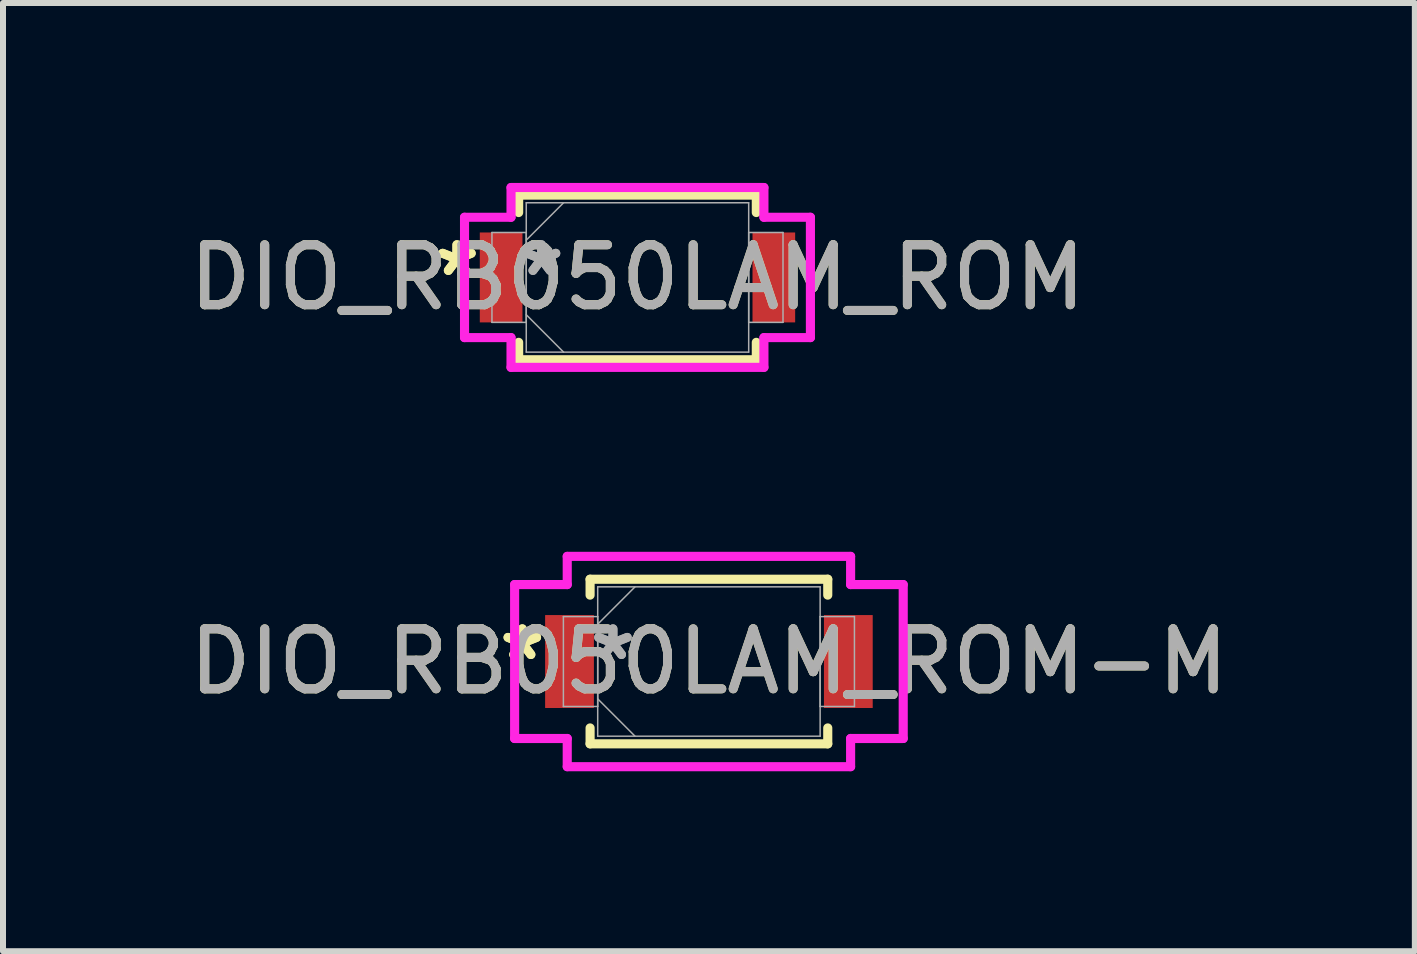
<source format=kicad_pcb>
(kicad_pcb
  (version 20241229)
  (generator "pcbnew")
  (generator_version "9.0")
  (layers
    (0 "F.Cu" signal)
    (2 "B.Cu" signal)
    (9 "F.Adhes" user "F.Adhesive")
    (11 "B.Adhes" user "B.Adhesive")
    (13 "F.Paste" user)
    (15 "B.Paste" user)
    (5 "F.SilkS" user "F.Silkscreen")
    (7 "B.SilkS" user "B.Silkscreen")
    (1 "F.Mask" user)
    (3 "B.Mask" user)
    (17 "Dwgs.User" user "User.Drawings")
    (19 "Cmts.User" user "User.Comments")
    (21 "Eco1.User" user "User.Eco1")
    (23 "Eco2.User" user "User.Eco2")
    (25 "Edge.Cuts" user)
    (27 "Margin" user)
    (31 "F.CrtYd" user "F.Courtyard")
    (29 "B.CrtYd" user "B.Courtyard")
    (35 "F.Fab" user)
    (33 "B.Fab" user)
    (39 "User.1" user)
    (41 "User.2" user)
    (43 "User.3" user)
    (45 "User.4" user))
  (footprint "DIO_RB050LAM_ROM-M"
    (layer "F.Cu")
    (at 8.768 7.978)
    (property "Reference" "DIO_RB050LAM_ROM-M" (at 0 0 0) (unlocked yes) (layer "F.SilkS") (effects (font (size 1 1) (thickness 0.15))))
    (attr smd)
    (fp_line (start -1.981 -1.372) (end -1.981 -1.107) (stroke (width 0.152) (type solid)) (layer "F.SilkS"))
    (fp_line (start -1.981 1.107) (end -1.981 1.372) (stroke (width 0.152) (type solid)) (layer "F.SilkS"))
    (fp_line (start -1.981 1.372) (end 1.981 1.372) (stroke (width 0.152) (type solid)) (layer "F.SilkS"))
    (fp_line (start 1.981 -1.372) (end -1.981 -1.372) (stroke (width 0.152) (type solid)) (layer "F.SilkS"))
    (fp_line (start 1.981 -1.107) (end 1.981 -1.372) (stroke (width 0.152) (type solid)) (layer "F.SilkS"))
    (fp_line (start 1.981 1.372) (end 1.981 1.107) (stroke (width 0.152) (type solid)) (layer "F.SilkS"))
    (fp_line (start -3.239 -1.283) (end -2.362 -1.283) (stroke (width 0.152) (type solid)) (layer "F.CrtYd"))
    (fp_line (start -3.239 1.283) (end -3.239 -1.283) (stroke (width 0.152) (type solid)) (layer "F.CrtYd"))
    (fp_line (start -2.362 -1.753) (end 2.362 -1.753) (stroke (width 0.152) (type solid)) (layer "F.CrtYd"))
    (fp_line (start -2.362 -1.283) (end -2.362 -1.753) (stroke (width 0.152) (type solid)) (layer "F.CrtYd"))
    (fp_line (start -2.362 1.283) (end -3.239 1.283) (stroke (width 0.152) (type solid)) (layer "F.CrtYd"))
    (fp_line (start -2.362 1.753) (end -2.362 1.283) (stroke (width 0.152) (type solid)) (layer "F.CrtYd"))
    (fp_line (start 2.362 -1.753) (end 2.362 -1.283) (stroke (width 0.152) (type solid)) (layer "F.CrtYd"))
    (fp_line (start 2.362 -1.283) (end 3.239 -1.283) (stroke (width 0.152) (type solid)) (layer "F.CrtYd"))
    (fp_line (start 2.362 1.283) (end 2.362 1.753) (stroke (width 0.152) (type solid)) (layer "F.CrtYd"))
    (fp_line (start 2.362 1.753) (end -2.362 1.753) (stroke (width 0.152) (type solid)) (layer "F.CrtYd"))
    (fp_line (start 3.239 -1.283) (end 3.239 1.283) (stroke (width 0.152) (type solid)) (layer "F.CrtYd"))
    (fp_line (start 3.239 1.283) (end 2.362 1.283) (stroke (width 0.152) (type solid)) (layer "F.CrtYd"))
    (fp_line (start -2.426 -0.749) (end -2.426 0.749) (stroke (width 0.025) (type solid)) (layer "F.Fab"))
    (fp_line (start -2.426 0.749) (end -1.854 0.749) (stroke (width 0.025) (type solid)) (layer "F.Fab"))
    (fp_line (start -1.854 -1.245) (end -1.854 1.245) (stroke (width 0.025) (type solid)) (layer "F.Fab"))
    (fp_line (start -1.854 -0.749) (end -2.426 -0.749) (stroke (width 0.025) (type solid)) (layer "F.Fab"))
    (fp_line (start -1.854 -0.622) (end -1.232 -1.245) (stroke (width 0.025) (type solid)) (layer "F.Fab"))
    (fp_line (start -1.854 0.622) (end -1.232 1.245) (stroke (width 0.025) (type solid)) (layer "F.Fab"))
    (fp_line (start -1.854 0.749) (end -1.854 -0.749) (stroke (width 0.025) (type solid)) (layer "F.Fab"))
    (fp_line (start -1.854 1.245) (end 1.854 1.245) (stroke (width 0.025) (type solid)) (layer "F.Fab"))
    (fp_line (start 1.854 -1.245) (end -1.854 -1.245) (stroke (width 0.025) (type solid)) (layer "F.Fab"))
    (fp_line (start 1.854 -0.749) (end 1.854 0.749) (stroke (width 0.025) (type solid)) (layer "F.Fab"))
    (fp_line (start 1.854 0.749) (end 2.426 0.749) (stroke (width 0.025) (type solid)) (layer "F.Fab"))
    (fp_line (start 1.854 1.245) (end 1.854 -1.245) (stroke (width 0.025) (type solid)) (layer "F.Fab"))
    (fp_line (start 2.426 -0.749) (end 1.854 -0.749) (stroke (width 0.025) (type solid)) (layer "F.Fab"))
    (fp_line (start 2.426 0.749) (end 2.426 -0.749) (stroke (width 0.025) (type solid)) (layer "F.Fab"))
    (fp_text user "*" (at -3.111 0 0) (unlocked yes) (layer "F.SilkS") (effects (font (size 1 1) (thickness 0.15))))
    (fp_text user "*" (at -3.111 0 0) (layer "F.SilkS") (effects (font (size 1 1) (thickness 0.15))))
    (fp_text user "*" (at -1.6 0 0) (layer "F.Fab") (effects (font (size 1 1) (thickness 0.15))))
    (fp_text user "${REFERENCE}" (at 0 0 0) (unlocked yes) (layer "F.Fab") (effects (font (size 1 1) (thickness 0.15))))
    (fp_text user "*" (at -1.6 0 0) (unlocked yes) (layer "F.Fab") (effects (font (size 1 1) (thickness 0.15))))
    (pad "1" smd rect (at -2.324 0) (size 0.813 1.549) (layers "F.Cu" "F.Mask" "F.Paste"))
    (pad "2" smd rect (at 2.324 0) (size 0.813 1.549) (layers "F.Cu" "F.Mask" "F.Paste"))
    (zone (net_name "") (layer "F.Cu") (hatch full 0.508) (connect_pads) (min_thickness 0.254) (filled_areas_thickness no) (keepout (tracks not_allowed) (vias not_allowed) (pads allowed) (copperpour not_allowed) (footprints allowed)) (placement (enabled no)) (fill) (polygon (pts (xy 6.901 6.785) (xy 10.635 6.785) (xy 10.635 9.172) (xy 6.901 9.172)))))
  (footprint "DIO_RB050LAM_ROM"
    (layer "F.Cu")
    (at 7.577 1.575)
    (property "Reference" "DIO_RB050LAM_ROM" (at 0 0 0) (unlocked yes) (layer "F.SilkS") (effects (font (size 1 1) (thickness 0.15))))
    (attr smd)
    (fp_line (start -1.981 -1.372) (end -1.981 -1.082) (stroke (width 0.152) (type solid)) (layer "F.SilkS"))
    (fp_line (start -1.981 1.082) (end -1.981 1.372) (stroke (width 0.152) (type solid)) (layer "F.SilkS"))
    (fp_line (start -1.981 1.372) (end 1.981 1.372) (stroke (width 0.152) (type solid)) (layer "F.SilkS"))
    (fp_line (start 1.981 -1.372) (end -1.981 -1.372) (stroke (width 0.152) (type solid)) (layer "F.SilkS"))
    (fp_line (start 1.981 -1.082) (end 1.981 -1.372) (stroke (width 0.152) (type solid)) (layer "F.SilkS"))
    (fp_line (start 1.981 1.372) (end 1.981 1.082) (stroke (width 0.152) (type solid)) (layer "F.SilkS"))
    (fp_line (start -2.883 -1.003) (end -2.108 -1.003) (stroke (width 0.152) (type solid)) (layer "F.CrtYd"))
    (fp_line (start -2.883 1.003) (end -2.883 -1.003) (stroke (width 0.152) (type solid)) (layer "F.CrtYd"))
    (fp_line (start -2.108 -1.499) (end 2.108 -1.499) (stroke (width 0.152) (type solid)) (layer "F.CrtYd"))
    (fp_line (start -2.108 -1.003) (end -2.108 -1.499) (stroke (width 0.152) (type solid)) (layer "F.CrtYd"))
    (fp_line (start -2.108 1.003) (end -2.883 1.003) (stroke (width 0.152) (type solid)) (layer "F.CrtYd"))
    (fp_line (start -2.108 1.499) (end -2.108 1.003) (stroke (width 0.152) (type solid)) (layer "F.CrtYd"))
    (fp_line (start 2.108 -1.499) (end 2.108 -1.003) (stroke (width 0.152) (type solid)) (layer "F.CrtYd"))
    (fp_line (start 2.108 -1.003) (end 2.883 -1.003) (stroke (width 0.152) (type solid)) (layer "F.CrtYd"))
    (fp_line (start 2.108 1.003) (end 2.108 1.499) (stroke (width 0.152) (type solid)) (layer "F.CrtYd"))
    (fp_line (start 2.108 1.499) (end -2.108 1.499) (stroke (width 0.152) (type solid)) (layer "F.CrtYd"))
    (fp_line (start 2.883 -1.003) (end 2.883 1.003) (stroke (width 0.152) (type solid)) (layer "F.CrtYd"))
    (fp_line (start 2.883 1.003) (end 2.108 1.003) (stroke (width 0.152) (type solid)) (layer "F.CrtYd"))
    (fp_line (start -2.426 -0.749) (end -2.426 0.749) (stroke (width 0.025) (type solid)) (layer "F.Fab"))
    (fp_line (start -2.426 0.749) (end -1.854 0.749) (stroke (width 0.025) (type solid)) (layer "F.Fab"))
    (fp_line (start -1.854 -1.245) (end -1.854 1.245) (stroke (width 0.025) (type solid)) (layer "F.Fab"))
    (fp_line (start -1.854 -0.749) (end -2.426 -0.749) (stroke (width 0.025) (type solid)) (layer "F.Fab"))
    (fp_line (start -1.854 -0.622) (end -1.232 -1.245) (stroke (width 0.025) (type solid)) (layer "F.Fab"))
    (fp_line (start -1.854 0.622) (end -1.232 1.245) (stroke (width 0.025) (type solid)) (layer "F.Fab"))
    (fp_line (start -1.854 0.749) (end -1.854 -0.749) (stroke (width 0.025) (type solid)) (layer "F.Fab"))
    (fp_line (start -1.854 1.245) (end 1.854 1.245) (stroke (width 0.025) (type solid)) (layer "F.Fab"))
    (fp_line (start 1.854 -1.245) (end -1.854 -1.245) (stroke (width 0.025) (type solid)) (layer "F.Fab"))
    (fp_line (start 1.854 -0.749) (end 1.854 0.749) (stroke (width 0.025) (type solid)) (layer "F.Fab"))
    (fp_line (start 1.854 0.749) (end 2.426 0.749) (stroke (width 0.025) (type solid)) (layer "F.Fab"))
    (fp_line (start 1.854 1.245) (end 1.854 -1.245) (stroke (width 0.025) (type solid)) (layer "F.Fab"))
    (fp_line (start 2.426 -0.749) (end 1.854 -0.749) (stroke (width 0.025) (type solid)) (layer "F.Fab"))
    (fp_line (start 2.426 0.749) (end 2.426 -0.749) (stroke (width 0.025) (type solid)) (layer "F.Fab"))
    (fp_text user "*" (at -3.01 0 0) (unlocked yes) (layer "F.SilkS") (effects (font (size 1 1) (thickness 0.15))))
    (fp_text user "*" (at -3.01 0 0) (layer "F.SilkS") (effects (font (size 1 1) (thickness 0.15))))
    (fp_text user "*" (at -1.6 0 0) (layer "F.Fab") (effects (font (size 1 1) (thickness 0.15))))
    (fp_text user "*" (at -1.6 0 0) (unlocked yes) (layer "F.Fab") (effects (font (size 1 1) (thickness 0.15))))
    (fp_text user "${REFERENCE}" (at 0 0 0) (unlocked yes) (layer "F.Fab") (effects (font (size 1 1) (thickness 0.15))))
    (pad "1" smd rect (at -2.273 0) (size 0.711 1.499) (layers "F.Cu" "F.Mask" "F.Paste"))
    (pad "2" smd rect (at 2.273 0) (size 0.711 1.499) (layers "F.Cu" "F.Mask" "F.Paste"))
    (zone (net_name "") (layer "F.Cu") (hatch full 0.508) (connect_pads) (min_thickness 0.254) (filled_areas_thickness no) (keepout (tracks not_allowed) (vias not_allowed) (pads allowed) (copperpour not_allowed) (footprints allowed)) (placement (enabled no)) (fill) (polygon (pts (xy 5.71 0.381) (xy 9.444 0.381) (xy 9.444 2.769) (xy 5.71 2.769)))))
  (gr_rect
    (start -3 -3)
    (end 20.536 12.807)
    (stroke (width 0.1) (type default))
    (fill no)
    (layer "Edge.Cuts")))
</source>
